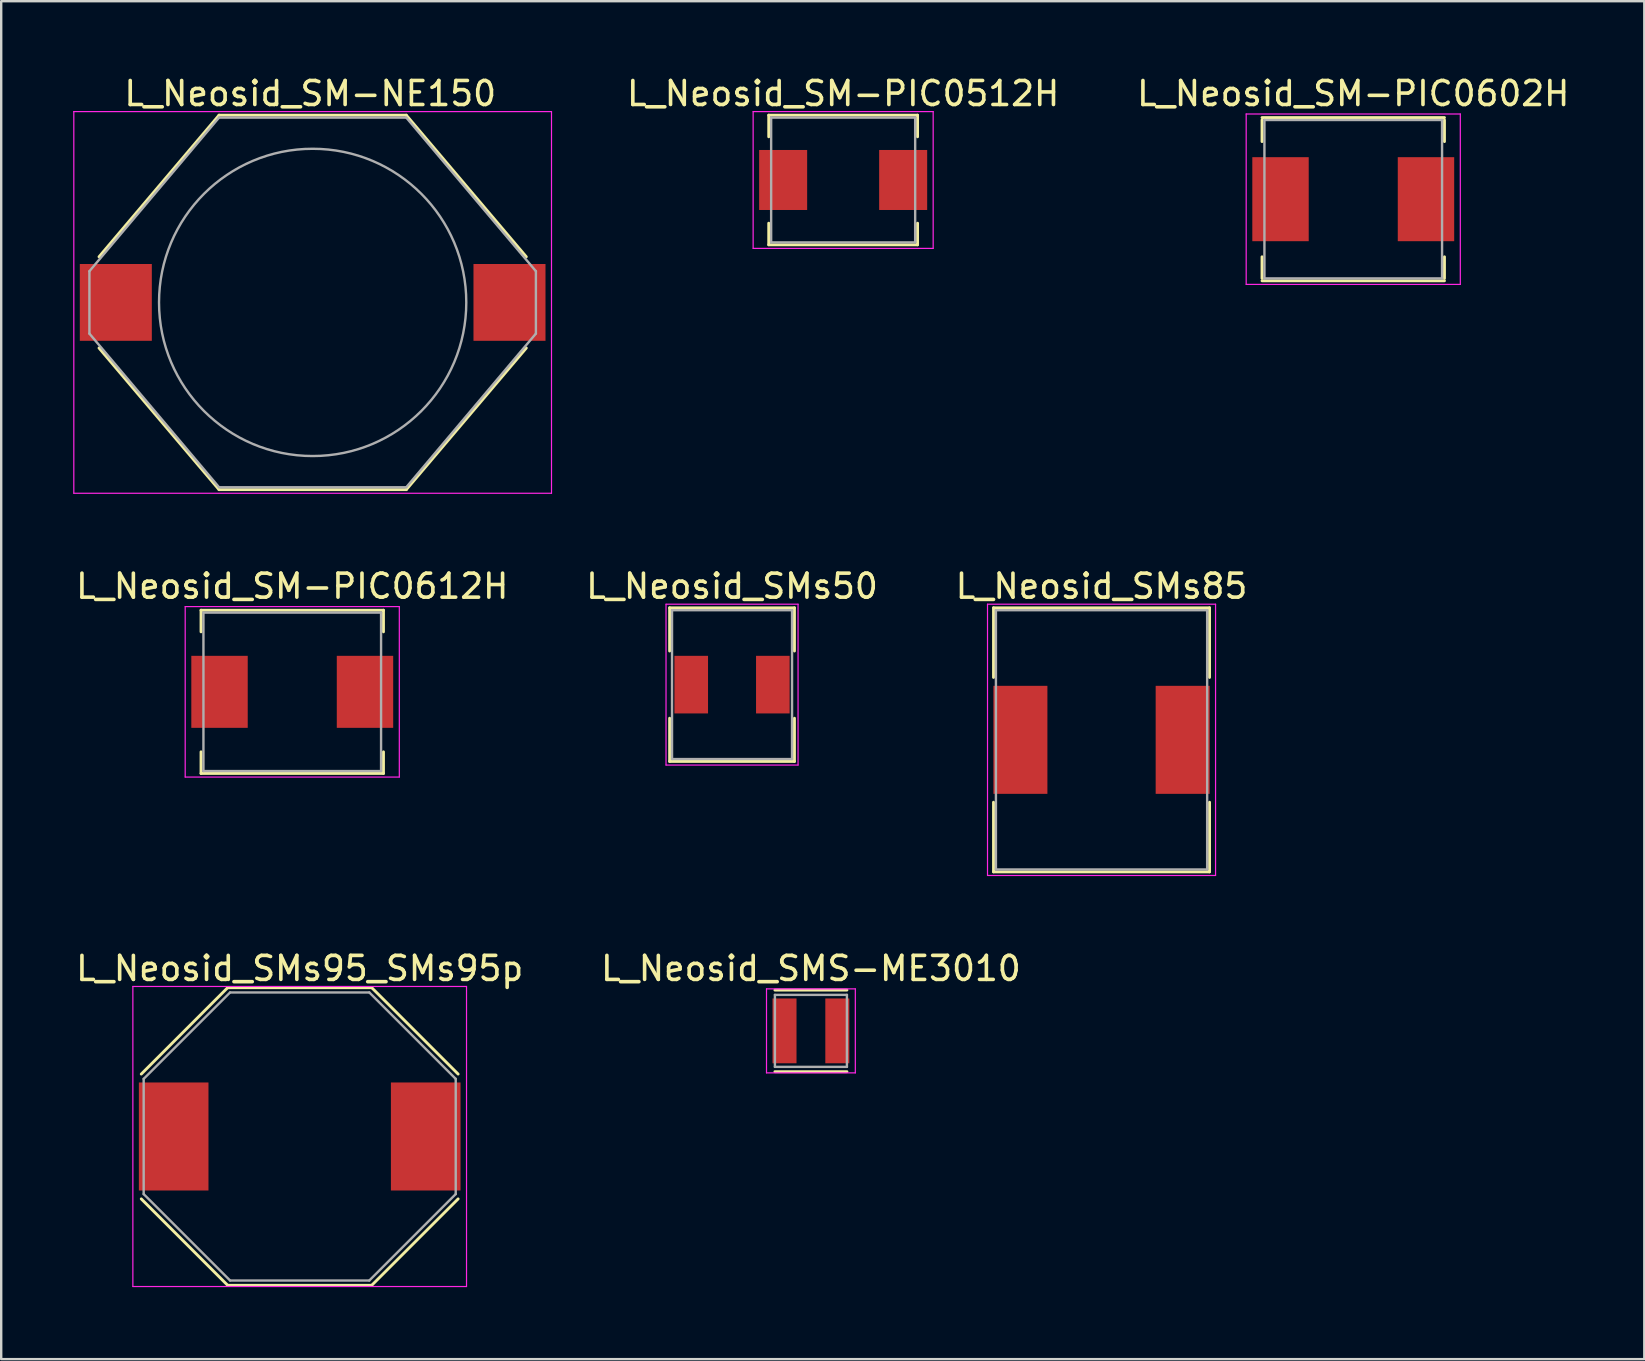
<source format=kicad_pcb>
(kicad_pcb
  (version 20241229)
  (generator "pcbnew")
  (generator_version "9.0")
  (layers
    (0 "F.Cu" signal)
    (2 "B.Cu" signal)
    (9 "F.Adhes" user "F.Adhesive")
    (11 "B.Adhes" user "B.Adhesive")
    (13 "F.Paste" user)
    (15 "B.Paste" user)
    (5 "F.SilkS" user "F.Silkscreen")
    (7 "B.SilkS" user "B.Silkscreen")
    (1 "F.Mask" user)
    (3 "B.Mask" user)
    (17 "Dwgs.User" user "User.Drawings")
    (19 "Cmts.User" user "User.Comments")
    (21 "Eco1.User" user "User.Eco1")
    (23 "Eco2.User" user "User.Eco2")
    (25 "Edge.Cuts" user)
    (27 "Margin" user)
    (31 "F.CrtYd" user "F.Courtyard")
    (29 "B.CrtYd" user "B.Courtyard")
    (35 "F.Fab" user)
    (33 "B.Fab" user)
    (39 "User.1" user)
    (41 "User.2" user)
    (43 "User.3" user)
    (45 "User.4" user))
  (footprint "L_Neosid_SM-PIC0512H"
    (layer "F.Cu")
    (at 32.075 4.448)
    (property "Reference" "L_Neosid_SM-PIC0512H" (at 0 -3.6 0) (layer "F.SilkS") (effects (font (size 1 1) (thickness 0.15))))
    (attr smd)
    (fp_line (start -3.1 -2.7) (end -3.1 -1.8) (stroke (width 0.12) (type solid)) (layer "F.SilkS"))
    (fp_line (start -3.1 2.7) (end -3.1 1.8) (stroke (width 0.12) (type solid)) (layer "F.SilkS"))
    (fp_line (start 3.1 -2.7) (end -3.1 -2.7) (stroke (width 0.12) (type solid)) (layer "F.SilkS"))
    (fp_line (start 3.1 -2.7) (end 3.1 -1.8) (stroke (width 0.12) (type solid)) (layer "F.SilkS"))
    (fp_line (start 3.1 1.8) (end 3.1 2.7) (stroke (width 0.12) (type solid)) (layer "F.SilkS"))
    (fp_line (start 3.1 2.7) (end -3.1 2.7) (stroke (width 0.12) (type solid)) (layer "F.SilkS"))
    (fp_line (start -3.75 -2.85) (end -3.75 2.85) (stroke (width 0.05) (type solid)) (layer "F.CrtYd"))
    (fp_line (start -3.75 -2.85) (end 3.75 -2.85) (stroke (width 0.05) (type solid)) (layer "F.CrtYd"))
    (fp_line (start 3.75 2.85) (end -3.75 2.85) (stroke (width 0.05) (type solid)) (layer "F.CrtYd"))
    (fp_line (start 3.75 2.85) (end 3.75 -2.85) (stroke (width 0.05) (type solid)) (layer "F.CrtYd"))
    (fp_line (start -3 -2.6) (end 3 -2.6) (stroke (width 0.1) (type solid)) (layer "F.Fab"))
    (fp_line (start -3 2.6) (end -3 -2.6) (stroke (width 0.1) (type solid)) (layer "F.Fab"))
    (fp_line (start 3 -2.6) (end 3 2.6) (stroke (width 0.1) (type solid)) (layer "F.Fab"))
    (fp_line (start 3 2.6) (end -3 2.6) (stroke (width 0.1) (type solid)) (layer "F.Fab"))
    (pad "1" smd rect (at -2.5 0 180) (size 2 2.5) (layers "F.Cu" "F.Mask" "F.Paste"))
    (pad "2" smd rect (at 2.5 0 180) (size 2 2.5) (layers "F.Cu" "F.Mask" "F.Paste")))
  (footprint "L_Neosid_SMS-ME3010"
    (layer "F.Cu")
    (at 30.732 39.895)
    (property "Reference" "L_Neosid_SMS-ME3010" (at 0 -2.6 0) (layer "F.SilkS") (effects (font (size 1 1) (thickness 0.15))))
    (attr smd)
    (fp_line (start 1.5 -1.7) (end -1.5 -1.7) (stroke (width 0.12) (type solid)) (layer "F.SilkS"))
    (fp_line (start 1.5 1.7) (end -1.5 1.7) (stroke (width 0.12) (type solid)) (layer "F.SilkS"))
    (fp_line (start -1.85 -1.75) (end -1.85 1.75) (stroke (width 0.05) (type solid)) (layer "F.CrtYd"))
    (fp_line (start -1.85 -1.75) (end 1.85 -1.75) (stroke (width 0.05) (type solid)) (layer "F.CrtYd"))
    (fp_line (start 1.85 1.75) (end -1.85 1.75) (stroke (width 0.05) (type solid)) (layer "F.CrtYd"))
    (fp_line (start 1.85 1.75) (end 1.85 -1.75) (stroke (width 0.05) (type solid)) (layer "F.CrtYd"))
    (fp_line (start -1.5 -1.5) (end -1.5 1.5) (stroke (width 0.1) (type solid)) (layer "F.Fab"))
    (fp_line (start -1.5 1.5) (end 1.5 1.5) (stroke (width 0.1) (type solid)) (layer "F.Fab"))
    (fp_line (start 1.5 -1.5) (end -1.5 -1.5) (stroke (width 0.1) (type solid)) (layer "F.Fab"))
    (fp_line (start 1.5 1.5) (end 1.5 -1.5) (stroke (width 0.1) (type solid)) (layer "F.Fab"))
    (pad "1" smd rect (at -1.1 0) (size 1 2.7) (layers "F.Cu" "F.Mask" "F.Paste"))
    (pad "2" smd rect (at 1.1 0) (size 1 2.7) (layers "F.Cu" "F.Mask" "F.Paste")))
  (footprint "L_Neosid_SM-NE150"
    (layer "F.Cu")
    (at 9.975 9.548)
    (property "Reference" "L_Neosid_SM-NE150" (at -0.1 -8.7 0) (layer "F.SilkS") (effects (font (size 1 1) (thickness 0.15))))
    (attr smd)
    (fp_line (start -8.9 1.9) (end -3.9 7.8) (stroke (width 0.12) (type solid)) (layer "F.SilkS"))
    (fp_line (start -3.9 -7.8) (end -8.9 -1.9) (stroke (width 0.12) (type solid)) (layer "F.SilkS"))
    (fp_line (start -3.9 -7.8) (end 3.9 -7.8) (stroke (width 0.12) (type solid)) (layer "F.SilkS"))
    (fp_line (start -3.9 7.8) (end 3.9 7.8) (stroke (width 0.12) (type solid)) (layer "F.SilkS"))
    (fp_line (start 3.9 -7.8) (end 8.9 -1.9) (stroke (width 0.12) (type solid)) (layer "F.SilkS"))
    (fp_line (start 3.9 7.8) (end 8.9 1.9) (stroke (width 0.12) (type solid)) (layer "F.SilkS"))
    (fp_line (start -9.95 -7.95) (end -9.95 7.95) (stroke (width 0.05) (type solid)) (layer "F.CrtYd"))
    (fp_line (start -9.95 -7.95) (end 9.95 -7.95) (stroke (width 0.05) (type solid)) (layer "F.CrtYd"))
    (fp_line (start 9.95 7.95) (end -9.95 7.95) (stroke (width 0.05) (type solid)) (layer "F.CrtYd"))
    (fp_line (start 9.95 7.95) (end 9.95 -7.95) (stroke (width 0.05) (type solid)) (layer "F.CrtYd"))
    (fp_line (start -9.3 -1.3) (end -3.9 -7.7) (stroke (width 0.1) (type solid)) (layer "F.Fab"))
    (fp_line (start -9.3 1.3) (end -9.3 -1.3) (stroke (width 0.1) (type solid)) (layer "F.Fab"))
    (fp_line (start -3.9 -7.7) (end 3.9 -7.7) (stroke (width 0.1) (type solid)) (layer "F.Fab"))
    (fp_line (start -3.9 7.7) (end -9.3 1.3) (stroke (width 0.1) (type solid)) (layer "F.Fab"))
    (fp_line (start 3.9 -7.7) (end 9.3 -1.3) (stroke (width 0.1) (type solid)) (layer "F.Fab"))
    (fp_line (start 3.9 7.7) (end -3.9 7.7) (stroke (width 0.1) (type solid)) (layer "F.Fab"))
    (fp_line (start 9.3 -1.3) (end 9.3 1.3) (stroke (width 0.1) (type solid)) (layer "F.Fab"))
    (fp_line (start 9.3 1.3) (end 3.9 7.7) (stroke (width 0.1) (type solid)) (layer "F.Fab"))
    (fp_circle (center 0 0) (end -6.4 0) (stroke (width 0.1) (type solid)) (fill no) (layer "F.Fab"))
    (pad "1" smd rect (at -8.2 0 180) (size 3 3.2) (layers "F.Cu" "F.Mask" "F.Paste"))
    (pad "2" smd rect (at 8.2 0) (size 3 3.2) (layers "F.Cu" "F.Mask" "F.Paste")))
  (footprint "L_Neosid_SMs95_SMs95p"
    (layer "F.Cu")
    (at 9.435 44.295)
    (property "Reference" "L_Neosid_SMs95_SMs95p" (at 0 -7 0) (layer "F.SilkS") (effects (font (size 1 1) (thickness 0.15))))
    (attr smd)
    (fp_line (start -6.6 -2.6) (end -3 -6.2) (stroke (width 0.12) (type solid)) (layer "F.SilkS"))
    (fp_line (start -3 -6.2) (end 3 -6.2) (stroke (width 0.12) (type solid)) (layer "F.SilkS"))
    (fp_line (start -3 6.2) (end -6.6 2.6) (stroke (width 0.12) (type solid)) (layer "F.SilkS"))
    (fp_line (start 3 -6.2) (end 6.6 -2.6) (stroke (width 0.12) (type solid)) (layer "F.SilkS"))
    (fp_line (start 3 6.2) (end -3 6.2) (stroke (width 0.12) (type solid)) (layer "F.SilkS"))
    (fp_line (start 6.6 2.6) (end 3 6.2) (stroke (width 0.12) (type solid)) (layer "F.SilkS"))
    (fp_line (start -6.95 -6.25) (end -6.95 6.25) (stroke (width 0.05) (type solid)) (layer "F.CrtYd"))
    (fp_line (start -6.95 -6.25) (end 6.95 -6.25) (stroke (width 0.05) (type solid)) (layer "F.CrtYd"))
    (fp_line (start 6.95 6.25) (end -6.95 6.25) (stroke (width 0.05) (type solid)) (layer "F.CrtYd"))
    (fp_line (start 6.95 6.25) (end 6.95 -6.25) (stroke (width 0.05) (type solid)) (layer "F.CrtYd"))
    (fp_line (start -6.5 -2.4) (end -6.5 2.4) (stroke (width 0.1) (type solid)) (layer "F.Fab"))
    (fp_line (start -6.5 -2.4) (end -2.9 -6) (stroke (width 0.1) (type solid)) (layer "F.Fab"))
    (fp_line (start -6.5 2.4) (end -2.9 6) (stroke (width 0.1) (type solid)) (layer "F.Fab"))
    (fp_line (start -2.9 6) (end 2.9 6) (stroke (width 0.1) (type solid)) (layer "F.Fab"))
    (fp_line (start 2.9 -6) (end -2.9 -6) (stroke (width 0.1) (type solid)) (layer "F.Fab"))
    (fp_line (start 2.9 6) (end 6.5 2.4) (stroke (width 0.1) (type solid)) (layer "F.Fab"))
    (fp_line (start 6.5 -2.4) (end 2.9 -6) (stroke (width 0.1) (type solid)) (layer "F.Fab"))
    (fp_line (start 6.5 2.4) (end 6.5 -2.4) (stroke (width 0.1) (type solid)) (layer "F.Fab"))
    (pad "1" smd rect (at -5.25 0) (size 2.9 4.5) (layers "F.Cu" "F.Mask" "F.Paste"))
    (pad "2" smd rect (at 5.25 0) (size 2.9 4.5) (layers "F.Cu" "F.Mask" "F.Paste")))
  (footprint "L_Neosid_SMs50"
    (layer "F.Cu")
    (at 27.446 25.471)
    (property "Reference" "L_Neosid_SMs50" (at 0 -4.1 0) (layer "F.SilkS") (effects (font (size 1 1) (thickness 0.15))))
    (attr smd)
    (fp_line (start -2.6 -3.2) (end 2.6 -3.2) (stroke (width 0.12) (type solid)) (layer "F.SilkS"))
    (fp_line (start -2.6 -1.4) (end -2.6 -3.2) (stroke (width 0.12) (type solid)) (layer "F.SilkS"))
    (fp_line (start -2.6 3.2) (end -2.6 1.4) (stroke (width 0.12) (type solid)) (layer "F.SilkS"))
    (fp_line (start 2.6 -3.2) (end 2.6 -1.4) (stroke (width 0.12) (type solid)) (layer "F.SilkS"))
    (fp_line (start 2.6 1.4) (end 2.6 3.2) (stroke (width 0.12) (type solid)) (layer "F.SilkS"))
    (fp_line (start 2.6 3.2) (end -2.6 3.2) (stroke (width 0.12) (type solid)) (layer "F.SilkS"))
    (fp_line (start -2.75 -3.35) (end -2.75 3.35) (stroke (width 0.05) (type solid)) (layer "F.CrtYd"))
    (fp_line (start -2.75 -3.35) (end 2.75 -3.35) (stroke (width 0.05) (type solid)) (layer "F.CrtYd"))
    (fp_line (start 2.75 3.35) (end -2.75 3.35) (stroke (width 0.05) (type solid)) (layer "F.CrtYd"))
    (fp_line (start 2.75 3.35) (end 2.75 -3.35) (stroke (width 0.05) (type solid)) (layer "F.CrtYd"))
    (fp_line (start -2.5 -3.1) (end 2.5 -3.1) (stroke (width 0.1) (type solid)) (layer "F.Fab"))
    (fp_line (start -2.5 3.1) (end -2.5 -3.1) (stroke (width 0.1) (type solid)) (layer "F.Fab"))
    (fp_line (start 2.5 -3.1) (end 2.5 3.1) (stroke (width 0.1) (type solid)) (layer "F.Fab"))
    (fp_line (start 2.5 3.1) (end -2.5 3.1) (stroke (width 0.1) (type solid)) (layer "F.Fab"))
    (pad "1" smd rect (at -1.7 0) (size 1.4 2.4) (layers "F.Cu" "F.Mask" "F.Paste"))
    (pad "2" smd rect (at 1.7 0) (size 1.4 2.4) (layers "F.Cu" "F.Mask" "F.Paste")))
  (footprint "L_Neosid_SM-PIC0612H"
    (layer "F.Cu")
    (at 9.125 25.771)
    (property "Reference" "L_Neosid_SM-PIC0612H" (at 0 -4.4 0) (layer "F.SilkS") (effects (font (size 1 1) (thickness 0.15))))
    (attr smd)
    (fp_line (start -3.8 -3.4) (end -3.8 -2.5) (stroke (width 0.12) (type solid)) (layer "F.SilkS"))
    (fp_line (start -3.8 2.5) (end -3.8 3.4) (stroke (width 0.12) (type solid)) (layer "F.SilkS"))
    (fp_line (start -3.8 3.4) (end 3.8 3.4) (stroke (width 0.12) (type solid)) (layer "F.SilkS"))
    (fp_line (start 3.8 -3.4) (end -3.8 -3.4) (stroke (width 0.12) (type solid)) (layer "F.SilkS"))
    (fp_line (start 3.8 -2.5) (end 3.8 -3.4) (stroke (width 0.12) (type solid)) (layer "F.SilkS"))
    (fp_line (start 3.8 3.4) (end 3.8 2.5) (stroke (width 0.12) (type solid)) (layer "F.SilkS"))
    (fp_line (start -4.46 -3.55) (end -4.46 3.55) (stroke (width 0.05) (type solid)) (layer "F.CrtYd"))
    (fp_line (start -4.46 -3.55) (end 4.46 -3.55) (stroke (width 0.05) (type solid)) (layer "F.CrtYd"))
    (fp_line (start 4.46 3.55) (end -4.46 3.55) (stroke (width 0.05) (type solid)) (layer "F.CrtYd"))
    (fp_line (start 4.46 3.55) (end 4.46 -3.55) (stroke (width 0.05) (type solid)) (layer "F.CrtYd"))
    (fp_line (start -3.7 -3.3) (end 3.7 -3.3) (stroke (width 0.1) (type solid)) (layer "F.Fab"))
    (fp_line (start -3.7 3.3) (end -3.7 -3.3) (stroke (width 0.1) (type solid)) (layer "F.Fab"))
    (fp_line (start 3.7 -3.3) (end 3.7 3.3) (stroke (width 0.1) (type solid)) (layer "F.Fab"))
    (fp_line (start 3.7 3.3) (end -3.7 3.3) (stroke (width 0.1) (type solid)) (layer "F.Fab"))
    (pad "1" smd rect (at -3.03 0) (size 2.35 3) (layers "F.Cu" "F.Mask" "F.Paste"))
    (pad "2" smd rect (at 3.03 0) (size 2.35 3) (layers "F.Cu" "F.Mask" "F.Paste")))
  (footprint "L_Neosid_SM-PIC0602H"
    (layer "F.Cu")
    (at 53.325 5.248)
    (property "Reference" "L_Neosid_SM-PIC0602H" (at 0 -4.4 0) (layer "F.SilkS") (effects (font (size 1 1) (thickness 0.15))))
    (attr smd)
    (fp_line (start -3.8 -3.3) (end -3.8 -2.4) (stroke (width 0.12) (type solid)) (layer "F.SilkS"))
    (fp_line (start -3.8 2.4) (end -3.8 3.3) (stroke (width 0.12) (type solid)) (layer "F.SilkS"))
    (fp_line (start -3.8 3.4) (end 3.8 3.4) (stroke (width 0.12) (type solid)) (layer "F.SilkS"))
    (fp_line (start 3.8 -3.4) (end -3.8 -3.4) (stroke (width 0.12) (type solid)) (layer "F.SilkS"))
    (fp_line (start 3.8 -2.4) (end 3.8 -3.3) (stroke (width 0.12) (type solid)) (layer "F.SilkS"))
    (fp_line (start 3.8 3.3) (end 3.8 2.4) (stroke (width 0.12) (type solid)) (layer "F.SilkS"))
    (fp_line (start -4.46 -3.55) (end -4.46 3.55) (stroke (width 0.05) (type solid)) (layer "F.CrtYd"))
    (fp_line (start -4.46 -3.55) (end 4.46 -3.55) (stroke (width 0.05) (type solid)) (layer "F.CrtYd"))
    (fp_line (start 4.46 3.55) (end -4.46 3.55) (stroke (width 0.05) (type solid)) (layer "F.CrtYd"))
    (fp_line (start 4.46 3.55) (end 4.46 -3.55) (stroke (width 0.05) (type solid)) (layer "F.CrtYd"))
    (fp_line (start -3.7 -3.3) (end -3.7 3.3) (stroke (width 0.1) (type solid)) (layer "F.Fab"))
    (fp_line (start -3.7 3.3) (end 3.7 3.3) (stroke (width 0.1) (type solid)) (layer "F.Fab"))
    (fp_line (start 3.7 -3.3) (end -3.7 -3.3) (stroke (width 0.1) (type solid)) (layer "F.Fab"))
    (fp_line (start 3.7 3.3) (end 3.7 -3.3) (stroke (width 0.1) (type solid)) (layer "F.Fab"))
    (pad "1" smd rect (at -3.03 0) (size 2.35 3.5) (layers "F.Cu" "F.Mask" "F.Paste"))
    (pad "2" smd rect (at 3.03 0) (size 2.35 3.5) (layers "F.Cu" "F.Mask" "F.Paste")))
  (footprint "L_Neosid_SMs85"
    (layer "F.Cu")
    (at 42.839 27.771)
    (property "Reference" "L_Neosid_SMs85" (at 0 -6.4 0) (layer "F.SilkS") (effects (font (size 1 1) (thickness 0.15))))
    (attr smd)
    (fp_line (start -4.5 -5.5) (end 4.5 -5.5) (stroke (width 0.12) (type solid)) (layer "F.SilkS"))
    (fp_line (start -4.5 -2.6) (end -4.5 -5.5) (stroke (width 0.12) (type solid)) (layer "F.SilkS"))
    (fp_line (start -4.5 5.5) (end -4.5 2.6) (stroke (width 0.12) (type solid)) (layer "F.SilkS"))
    (fp_line (start 4.5 -5.5) (end 4.5 -2.6) (stroke (width 0.12) (type solid)) (layer "F.SilkS"))
    (fp_line (start 4.5 2.6) (end 4.5 5.5) (stroke (width 0.12) (type solid)) (layer "F.SilkS"))
    (fp_line (start 4.5 5.5) (end -4.5 5.5) (stroke (width 0.12) (type solid)) (layer "F.SilkS"))
    (fp_line (start -4.75 -5.65) (end -4.75 5.65) (stroke (width 0.05) (type solid)) (layer "F.CrtYd"))
    (fp_line (start -4.75 -5.65) (end 4.75 -5.65) (stroke (width 0.05) (type solid)) (layer "F.CrtYd"))
    (fp_line (start 4.75 5.65) (end -4.75 5.65) (stroke (width 0.05) (type solid)) (layer "F.CrtYd"))
    (fp_line (start 4.75 5.65) (end 4.75 -5.65) (stroke (width 0.05) (type solid)) (layer "F.CrtYd"))
    (fp_line (start -4.4 -5.4) (end 4.4 -5.4) (stroke (width 0.1) (type solid)) (layer "F.Fab"))
    (fp_line (start -4.4 5.4) (end -4.4 -5.4) (stroke (width 0.1) (type solid)) (layer "F.Fab"))
    (fp_line (start 4.4 -5.4) (end 4.4 5.4) (stroke (width 0.1) (type solid)) (layer "F.Fab"))
    (fp_line (start 4.4 5.4) (end -4.4 5.4) (stroke (width 0.1) (type solid)) (layer "F.Fab"))
    (pad "1" smd rect (at -3.38 0) (size 2.25 4.5) (layers "F.Cu" "F.Mask" "F.Paste"))
    (pad "2" smd rect (at 3.38 0) (size 2.25 4.5) (layers "F.Cu" "F.Mask" "F.Paste")))
  (gr_rect
    (start -3 -3)
    (end 65.45 53.57)
    (stroke (width 0.1) (type default))
    (fill no)
    (layer "Edge.Cuts")))
</source>
